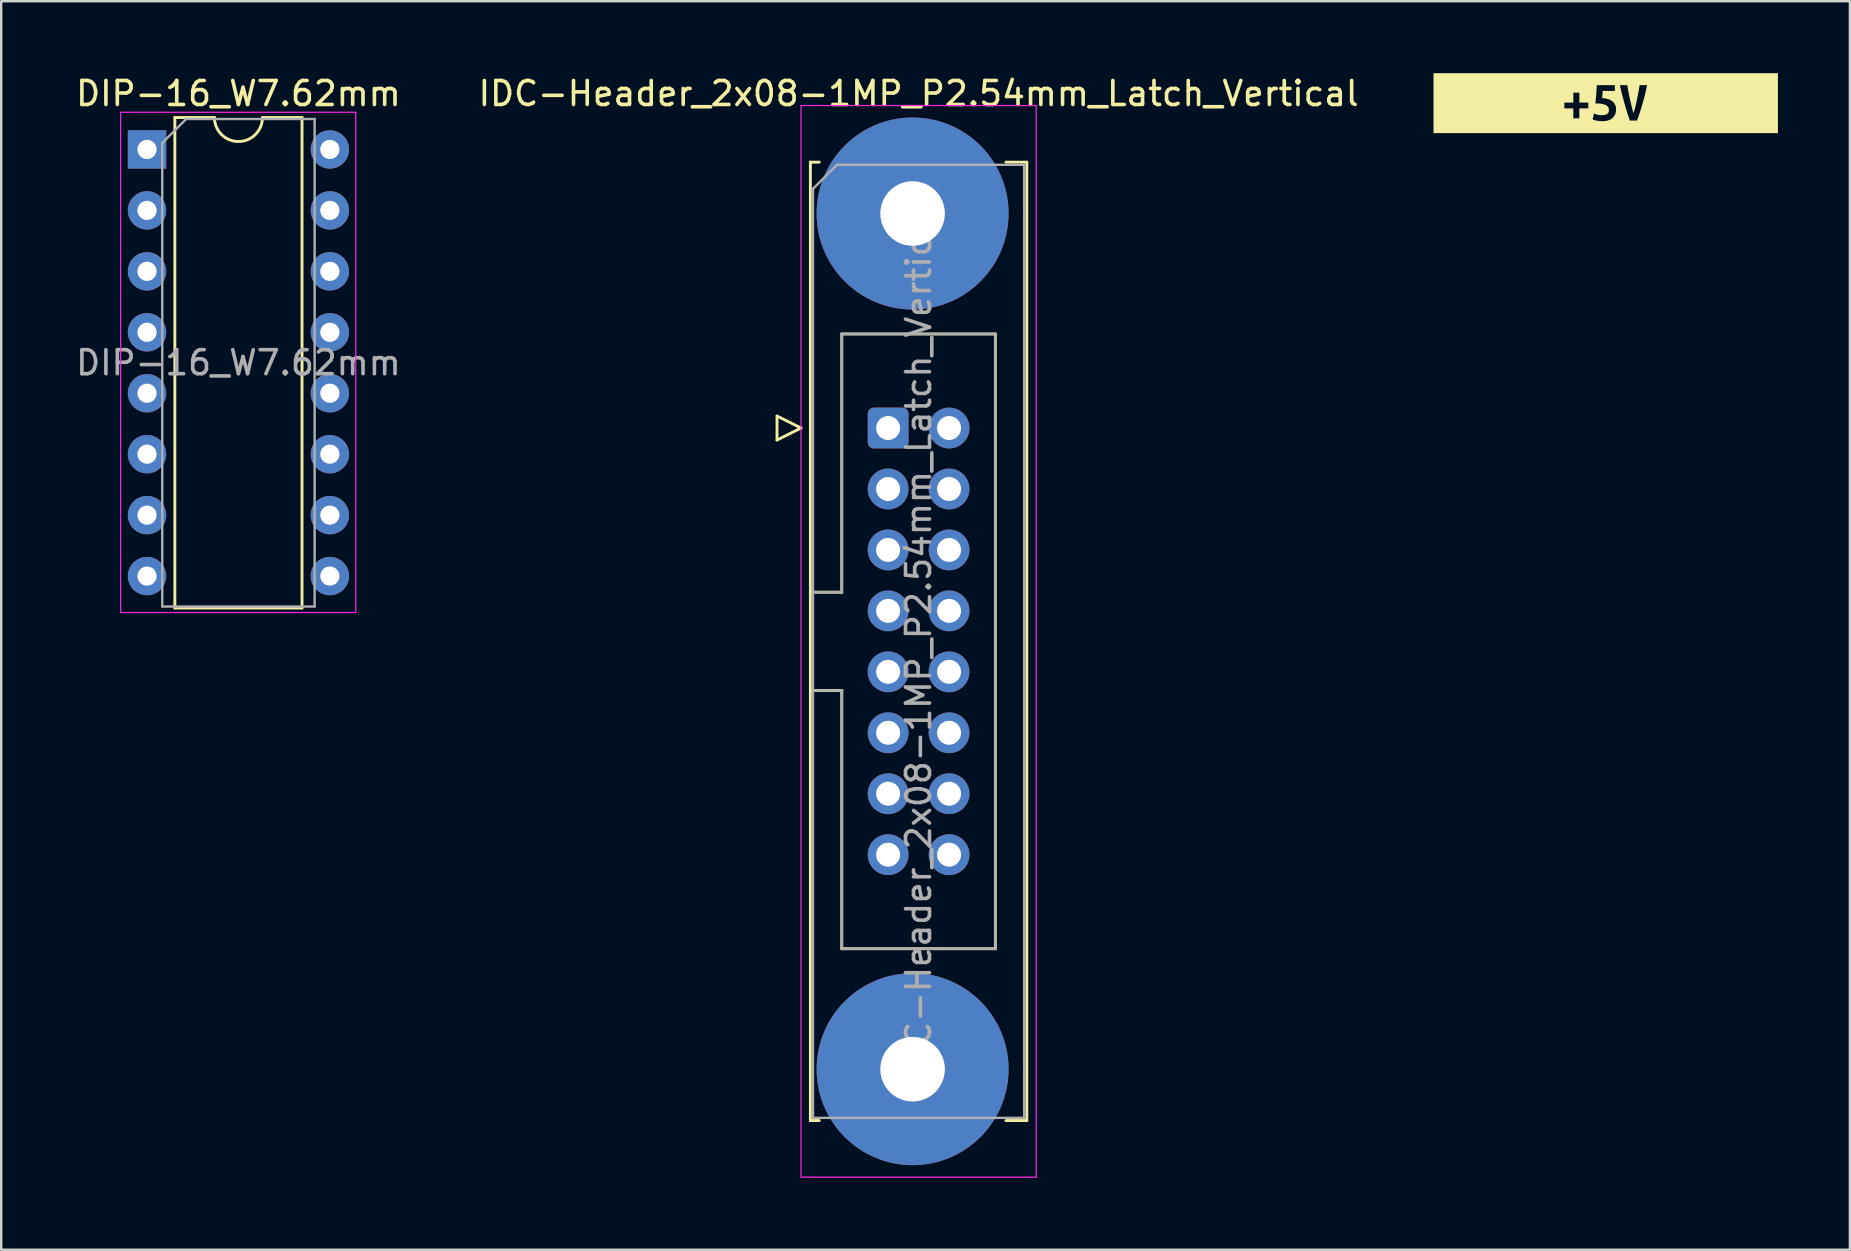
<source format=kicad_pcb>
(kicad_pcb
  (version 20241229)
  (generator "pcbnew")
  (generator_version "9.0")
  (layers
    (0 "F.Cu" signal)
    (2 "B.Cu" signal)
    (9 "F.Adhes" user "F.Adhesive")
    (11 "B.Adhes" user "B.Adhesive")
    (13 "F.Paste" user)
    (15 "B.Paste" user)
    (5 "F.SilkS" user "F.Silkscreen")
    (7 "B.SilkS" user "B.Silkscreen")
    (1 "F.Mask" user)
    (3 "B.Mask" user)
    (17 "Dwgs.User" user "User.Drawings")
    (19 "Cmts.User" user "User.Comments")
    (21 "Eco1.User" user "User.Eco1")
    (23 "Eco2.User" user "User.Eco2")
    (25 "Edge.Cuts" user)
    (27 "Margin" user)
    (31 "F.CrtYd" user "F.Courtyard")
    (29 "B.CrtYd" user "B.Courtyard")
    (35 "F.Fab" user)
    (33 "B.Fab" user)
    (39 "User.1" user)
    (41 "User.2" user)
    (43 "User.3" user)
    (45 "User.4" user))
  (footprint "IDC-Header_2x08-1MP_P2.54mm_Latch_Vertical"
    (layer "F.Cu")
    (at 33.962 14.788)
    (property "Reference" "IDC-Header_2x08-1MP_P2.54mm_Latch_Vertical" (at 1.27 -13.94 0) (layer "F.SilkS") (effects (font (size 1 1) (thickness 0.15))))
    (attr through_hole)
    (fp_line (start -4.63 -0.5) (end -4.63 0.5) (stroke (width 0.12) (type solid)) (layer "F.SilkS"))
    (fp_line (start -4.63 0.5) (end -3.63 0) (stroke (width 0.12) (type solid)) (layer "F.SilkS"))
    (fp_line (start -3.63 0) (end -4.63 -0.5) (stroke (width 0.12) (type solid)) (layer "F.SilkS"))
    (fp_line (start -3.24 -11.08) (end -3.24 28.86) (stroke (width 0.12) (type solid)) (layer "F.SilkS"))
    (fp_line (start -3.24 6.84) (end -1.93 6.84) (stroke (width 0.12) (type solid)) (layer "F.SilkS"))
    (fp_line (start -3.24 28.86) (end -2.87 28.86) (stroke (width 0.12) (type solid)) (layer "F.SilkS"))
    (fp_line (start -2.87 -11.08) (end -3.24 -11.08) (stroke (width 0.12) (type solid)) (layer "F.SilkS"))
    (fp_line (start -1.93 -3.92) (end 4.47 -3.92) (stroke (width 0.12) (type solid)) (layer "F.SilkS"))
    (fp_line (start -1.93 6.84) (end -1.93 -3.92) (stroke (width 0.12) (type solid)) (layer "F.SilkS"))
    (fp_line (start -1.93 10.94) (end -3.24 10.94) (stroke (width 0.12) (type solid)) (layer "F.SilkS"))
    (fp_line (start -1.93 10.94) (end -1.93 10.94) (stroke (width 0.12) (type solid)) (layer "F.SilkS"))
    (fp_line (start -1.93 21.7) (end -1.93 10.94) (stroke (width 0.12) (type solid)) (layer "F.SilkS"))
    (fp_line (start 4.47 -3.92) (end 4.47 21.7) (stroke (width 0.12) (type solid)) (layer "F.SilkS"))
    (fp_line (start 4.47 21.7) (end -1.93 21.7) (stroke (width 0.12) (type solid)) (layer "F.SilkS"))
    (fp_line (start 4.91 -11.08) (end 5.78 -11.08) (stroke (width 0.12) (type solid)) (layer "F.SilkS"))
    (fp_line (start 5.78 -11.08) (end 5.78 28.86) (stroke (width 0.12) (type solid)) (layer "F.SilkS"))
    (fp_line (start 5.78 28.86) (end 4.91 28.86) (stroke (width 0.12) (type solid)) (layer "F.SilkS"))
    (fp_line (start -3.63 -13.44) (end -3.63 31.22) (stroke (width 0.05) (type solid)) (layer "F.CrtYd"))
    (fp_line (start -3.63 31.22) (end 6.17 31.22) (stroke (width 0.05) (type solid)) (layer "F.CrtYd"))
    (fp_line (start 6.17 -13.44) (end -3.63 -13.44) (stroke (width 0.05) (type solid)) (layer "F.CrtYd"))
    (fp_line (start 6.17 31.22) (end 6.17 -13.44) (stroke (width 0.05) (type solid)) (layer "F.CrtYd"))
    (fp_line (start -3.13 -9.97) (end -2.13 -10.97) (stroke (width 0.1) (type solid)) (layer "F.Fab"))
    (fp_line (start -3.13 6.84) (end -1.93 6.84) (stroke (width 0.1) (type solid)) (layer "F.Fab"))
    (fp_line (start -3.13 28.75) (end -3.13 -9.97) (stroke (width 0.1) (type solid)) (layer "F.Fab"))
    (fp_line (start -2.13 -10.97) (end 5.67 -10.97) (stroke (width 0.1) (type solid)) (layer "F.Fab"))
    (fp_line (start -1.93 -3.92) (end 4.47 -3.92) (stroke (width 0.1) (type solid)) (layer "F.Fab"))
    (fp_line (start -1.93 6.84) (end -1.93 -3.92) (stroke (width 0.1) (type solid)) (layer "F.Fab"))
    (fp_line (start -1.93 10.94) (end -3.13 10.94) (stroke (width 0.1) (type solid)) (layer "F.Fab"))
    (fp_line (start -1.93 10.94) (end -1.93 10.94) (stroke (width 0.1) (type solid)) (layer "F.Fab"))
    (fp_line (start -1.93 21.7) (end -1.93 10.94) (stroke (width 0.1) (type solid)) (layer "F.Fab"))
    (fp_line (start 4.47 -3.92) (end 4.47 21.7) (stroke (width 0.1) (type solid)) (layer "F.Fab"))
    (fp_line (start 4.47 21.7) (end -1.93 21.7) (stroke (width 0.1) (type solid)) (layer "F.Fab"))
    (fp_line (start 5.67 -10.97) (end 5.67 28.75) (stroke (width 0.1) (type solid)) (layer "F.Fab"))
    (fp_line (start 5.67 28.75) (end -3.13 28.75) (stroke (width 0.1) (type solid)) (layer "F.Fab"))
    (fp_text user "${REFERENCE}" (at 1.27 8.89 90) (layer "F.Fab") (effects (font (size 1 1) (thickness 0.15))))
    (pad "1" thru_hole roundrect (at 0 0) (size 1.7 1.7) (drill 1) (layers "*.Cu" "*.Mask") (roundrect_rratio 0.147))
    (pad "2" thru_hole circle (at 2.54 0) (size 1.7 1.7) (drill 1) (layers "*.Cu" "*.Mask"))
    (pad "3" thru_hole circle (at 0 2.54) (size 1.7 1.7) (drill 1) (layers "*.Cu" "*.Mask"))
    (pad "4" thru_hole circle (at 2.54 2.54) (size 1.7 1.7) (drill 1) (layers "*.Cu" "*.Mask"))
    (pad "5" thru_hole circle (at 0 5.08) (size 1.7 1.7) (drill 1) (layers "*.Cu" "*.Mask"))
    (pad "6" thru_hole circle (at 2.54 5.08) (size 1.7 1.7) (drill 1) (layers "*.Cu" "*.Mask"))
    (pad "7" thru_hole circle (at 0 7.62) (size 1.7 1.7) (drill 1) (layers "*.Cu" "*.Mask"))
    (pad "8" thru_hole circle (at 2.54 7.62) (size 1.7 1.7) (drill 1) (layers "*.Cu" "*.Mask"))
    (pad "9" thru_hole circle (at 0 10.16) (size 1.7 1.7) (drill 1) (layers "*.Cu" "*.Mask"))
    (pad "10" thru_hole circle (at 2.54 10.16) (size 1.7 1.7) (drill 1) (layers "*.Cu" "*.Mask"))
    (pad "11" thru_hole circle (at 0 12.7) (size 1.7 1.7) (drill 1) (layers "*.Cu" "*.Mask"))
    (pad "12" thru_hole circle (at 2.54 12.7) (size 1.7 1.7) (drill 1) (layers "*.Cu" "*.Mask"))
    (pad "13" thru_hole circle (at 0 15.24) (size 1.7 1.7) (drill 1) (layers "*.Cu" "*.Mask"))
    (pad "14" thru_hole circle (at 2.54 15.24) (size 1.7 1.7) (drill 1) (layers "*.Cu" "*.Mask"))
    (pad "15" thru_hole circle (at 0 17.78) (size 1.7 1.7) (drill 1) (layers "*.Cu" "*.Mask"))
    (pad "16" thru_hole circle (at 2.54 17.78) (size 1.7 1.7) (drill 1) (layers "*.Cu" "*.Mask"))
    (pad "MP" thru_hole circle (at 1.02 -8.94) (size 8 8) (drill 2.69) (layers "*.Cu" "*.Mask"))
    (pad "MP" thru_hole circle (at 1.02 26.72) (size 8 8) (drill 2.69) (layers "*.Cu" "*.Mask")))
  (footprint "label_5V"
    (layer "F.Cu")
    (at 63.867 1.25)
    (property "Reference" "label_5V" (at 0 -1.249 0) (layer "F.SilkS") (effects (font (size 0.001 0.001) (thickness 0.000003))))
    (attr exclude_from_pos_files exclude_from_bom)
    (fp_poly (pts (xy -7.177 -1.249) (xy -1.724 -0.024) (xy -1.35 -0.024) (xy -1.35 -0.438) (xy -1.098 -0.438) (xy -1.098 -0.024) (xy -0.724 -0.024) (xy -0.724 0.217) (xy -1.098 0.217) (xy 0.136 0.288) (xy 0.115 0.175) (xy 0.035 0.087) (xy -0.138 0.03) (xy -0.267 0.015) (xy -0.431 0.01) (xy -0.41 -0.188) (xy -0.393 -0.382) (xy -0.38 -0.571) (xy -0.371 -0.752) (xy 0.381 -0.752) (xy 0.381 -0.51) (xy -0.126 -0.51) (xy -0.138 -0.35) (xy -0.15 -0.214) (xy 0.03 -0.19) (xy 0.177 -0.142) (xy 0.291 -0.071) (xy 0.371 0.022) (xy 0.42 0.138) (xy 0.436 0.276) (xy 0.4 0.466) (xy 0.291 0.617) (xy 0.208 0.674) (xy 0.107 0.717) (xy -0.011 0.744) (xy -0.148 0.752) (xy -0.264 0.745) (xy -0.379 0.727) (xy -0.477 0.702) (xy -0.545 0.676) (xy -0.486 0.433) (xy -0.352 0.481) (xy -0.261 0.497) (xy -0.15 0.502) (xy -0.008 0.483) (xy 0.08 0.435) (xy 0.124 0.367) (xy 0.136 0.288) (xy -1.098 0.217) (xy -1.098 0.631) (xy -1.35 0.631) (xy -1.35 0.217) (xy -1.724 0.217) (xy -1.724 -0.024) (xy -7.177 -1.249) (xy -7.177 -1.249) (xy -7.177 1.249) (xy 1.005 0.722) (xy 0.946 0.546) (xy 0.883 0.35) (xy 0.841 0.212) (xy 0.801 0.074) (xy 0.762 -0.063) (xy 0.725 -0.198) (xy 0.691 -0.328) (xy 0.66 -0.452) (xy 0.62 -0.619) (xy 0.593 -0.752) (xy 0.902 -0.752) (xy 0.92 -0.629) (xy 0.945 -0.487) (xy 0.975 -0.333) (xy 1.008 -0.175) (xy 1.044 -0.015) (xy 1.082 0.142) (xy 1.121 0.29) (xy 1.16 0.421) (xy 1.198 0.291) (xy 1.236 0.144) (xy 1.273 -0.013) (xy 1.307 -0.173) (xy 1.339 -0.331) (xy 1.369 -0.486) (xy 1.395 -0.629) (xy 1.417 -0.752) (xy 1.724 -0.752) (xy 1.692 -0.601) (xy 1.654 -0.433) (xy 1.609 -0.253) (xy 1.559 -0.063) (xy 1.522 0.067) (xy 1.482 0.199) (xy 1.441 0.332) (xy 1.397 0.465) (xy 1.353 0.595) (xy 1.307 0.722) (xy 1.005 0.722) (xy -7.177 1.249) (xy -7.177 1.249) (xy 7.177 1.249) (xy 7.177 1.249) (xy 7.177 -1.249) (xy 7.177 -1.249) (xy -7.177 -1.249)) (stroke (width 0) (type solid)) (fill yes) (layer "F.SilkS")))
  (footprint "DIP-16_W7.62mm"
    (layer "F.Cu")
    (at 3.077 3.178)
    (property "Reference" "DIP-16_W7.62mm" (at 3.81 -2.33 0) (layer "F.SilkS") (effects (font (size 1 1) (thickness 0.15))))
    (attr through_hole)
    (fp_line (start 1.16 -1.33) (end 1.16 19.11) (stroke (width 0.12) (type solid)) (layer "F.SilkS"))
    (fp_line (start 1.16 19.11) (end 6.46 19.11) (stroke (width 0.12) (type solid)) (layer "F.SilkS"))
    (fp_line (start 2.81 -1.33) (end 1.16 -1.33) (stroke (width 0.12) (type solid)) (layer "F.SilkS"))
    (fp_line (start 6.46 -1.33) (end 4.81 -1.33) (stroke (width 0.12) (type solid)) (layer "F.SilkS"))
    (fp_line (start 6.46 19.11) (end 6.46 -1.33) (stroke (width 0.12) (type solid)) (layer "F.SilkS"))
    (fp_arc (start 4.81 -1.33) (mid 3.81 -0.33) (end 2.81 -1.33) (stroke (width 0.12) (type solid)) (layer "F.SilkS"))
    (fp_line (start -1.1 -1.55) (end -1.1 19.3) (stroke (width 0.05) (type solid)) (layer "F.CrtYd"))
    (fp_line (start -1.1 19.3) (end 8.7 19.3) (stroke (width 0.05) (type solid)) (layer "F.CrtYd"))
    (fp_line (start 8.7 -1.55) (end -1.1 -1.55) (stroke (width 0.05) (type solid)) (layer "F.CrtYd"))
    (fp_line (start 8.7 19.3) (end 8.7 -1.55) (stroke (width 0.05) (type solid)) (layer "F.CrtYd"))
    (fp_line (start 0.635 -0.27) (end 1.635 -1.27) (stroke (width 0.1) (type solid)) (layer "F.Fab"))
    (fp_line (start 0.635 19.05) (end 0.635 -0.27) (stroke (width 0.1) (type solid)) (layer "F.Fab"))
    (fp_line (start 1.635 -1.27) (end 6.985 -1.27) (stroke (width 0.1) (type solid)) (layer "F.Fab"))
    (fp_line (start 6.985 -1.27) (end 6.985 19.05) (stroke (width 0.1) (type solid)) (layer "F.Fab"))
    (fp_line (start 6.985 19.05) (end 0.635 19.05) (stroke (width 0.1) (type solid)) (layer "F.Fab"))
    (fp_text user "${REFERENCE}" (at 3.81 8.89 0) (layer "F.Fab") (effects (font (size 1 1) (thickness 0.15))))
    (pad "1" thru_hole rect (at 0 0) (size 1.6 1.6) (drill 0.8) (layers "*.Cu" "*.Mask"))
    (pad "2" thru_hole oval (at 0 2.54) (size 1.6 1.6) (drill 0.8) (layers "*.Cu" "*.Mask"))
    (pad "3" thru_hole oval (at 0 5.08) (size 1.6 1.6) (drill 0.8) (layers "*.Cu" "*.Mask"))
    (pad "4" thru_hole oval (at 0 7.62) (size 1.6 1.6) (drill 0.8) (layers "*.Cu" "*.Mask"))
    (pad "5" thru_hole oval (at 0 10.16) (size 1.6 1.6) (drill 0.8) (layers "*.Cu" "*.Mask"))
    (pad "6" thru_hole oval (at 0 12.7) (size 1.6 1.6) (drill 0.8) (layers "*.Cu" "*.Mask"))
    (pad "7" thru_hole oval (at 0 15.24) (size 1.6 1.6) (drill 0.8) (layers "*.Cu" "*.Mask"))
    (pad "8" thru_hole oval (at 0 17.78) (size 1.6 1.6) (drill 0.8) (layers "*.Cu" "*.Mask"))
    (pad "9" thru_hole oval (at 7.62 17.78) (size 1.6 1.6) (drill 0.8) (layers "*.Cu" "*.Mask"))
    (pad "10" thru_hole oval (at 7.62 15.24) (size 1.6 1.6) (drill 0.8) (layers "*.Cu" "*.Mask"))
    (pad "11" thru_hole oval (at 7.62 12.7) (size 1.6 1.6) (drill 0.8) (layers "*.Cu" "*.Mask"))
    (pad "12" thru_hole oval (at 7.62 10.16) (size 1.6 1.6) (drill 0.8) (layers "*.Cu" "*.Mask"))
    (pad "13" thru_hole oval (at 7.62 7.62) (size 1.6 1.6) (drill 0.8) (layers "*.Cu" "*.Mask"))
    (pad "14" thru_hole oval (at 7.62 5.08) (size 1.6 1.6) (drill 0.8) (layers "*.Cu" "*.Mask"))
    (pad "15" thru_hole oval (at 7.62 2.54) (size 1.6 1.6) (drill 0.8) (layers "*.Cu" "*.Mask"))
    (pad "16" thru_hole oval (at 7.62 0) (size 1.6 1.6) (drill 0.8) (layers "*.Cu" "*.Mask")))
  (gr_rect
    (start -3 -3)
    (end 74.044 49.033)
    (stroke (width 0.1) (type default))
    (fill no)
    (layer "Edge.Cuts")))
</source>
